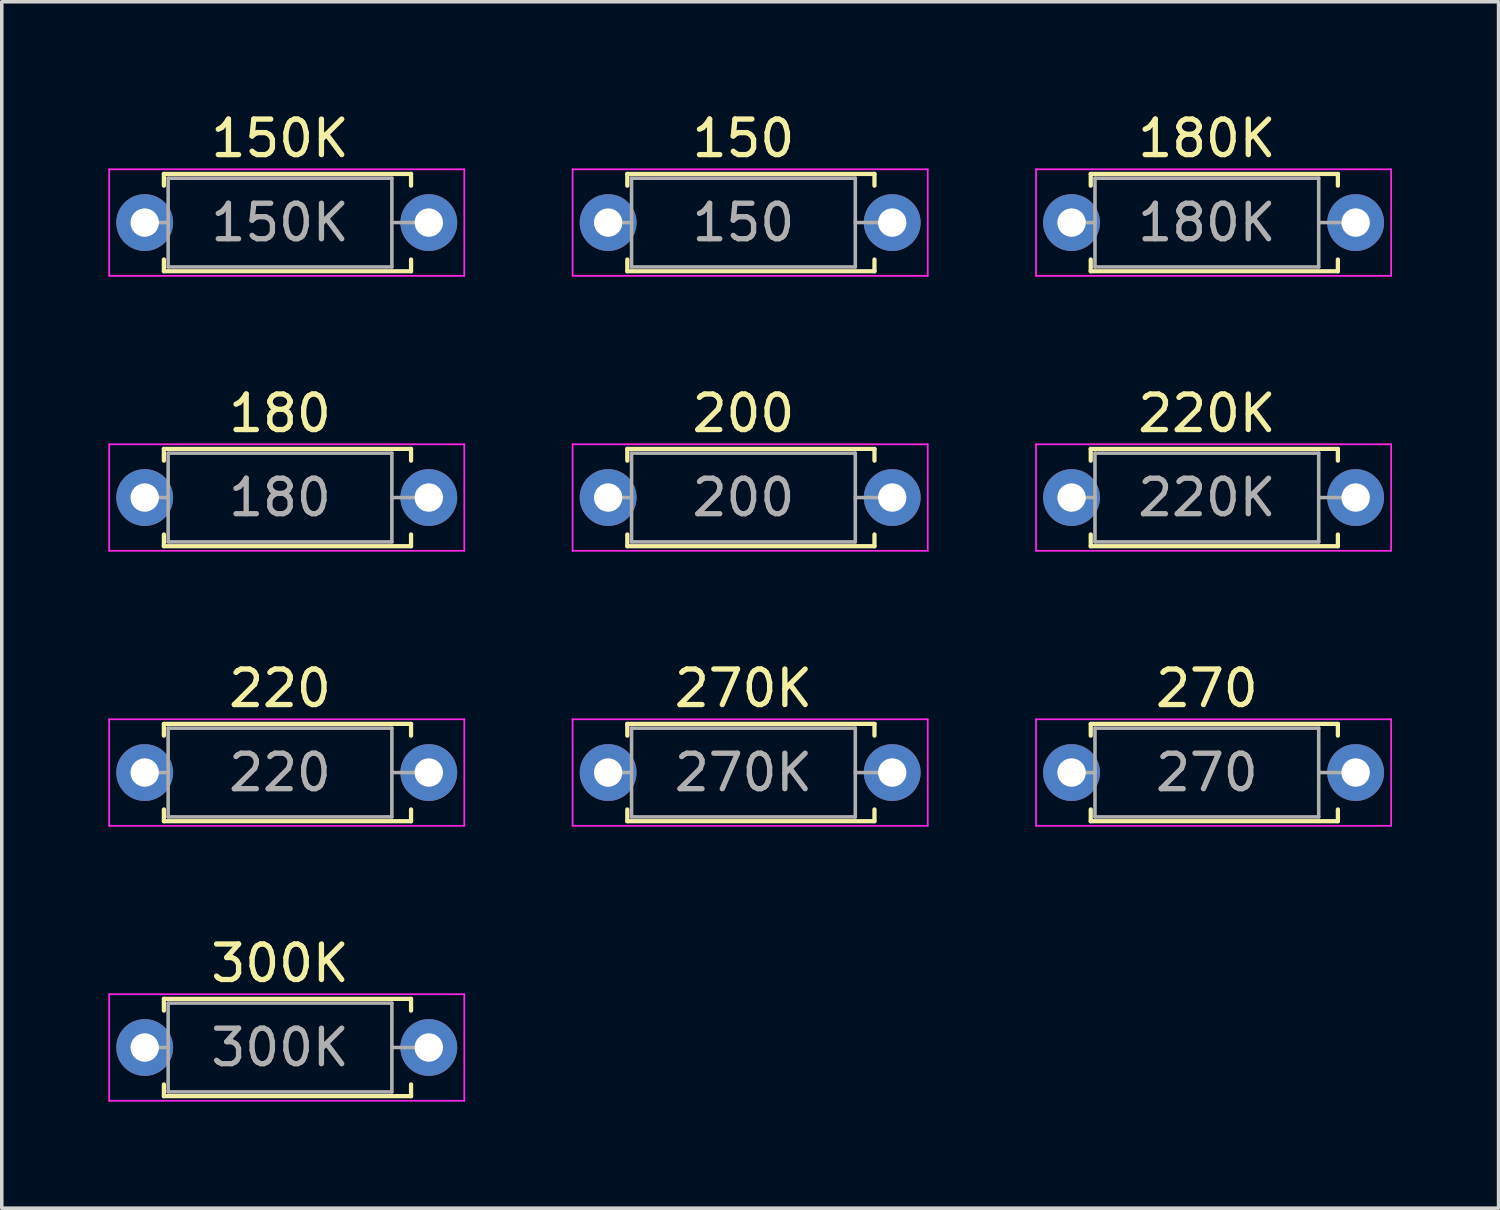
<source format=kicad_pcb>
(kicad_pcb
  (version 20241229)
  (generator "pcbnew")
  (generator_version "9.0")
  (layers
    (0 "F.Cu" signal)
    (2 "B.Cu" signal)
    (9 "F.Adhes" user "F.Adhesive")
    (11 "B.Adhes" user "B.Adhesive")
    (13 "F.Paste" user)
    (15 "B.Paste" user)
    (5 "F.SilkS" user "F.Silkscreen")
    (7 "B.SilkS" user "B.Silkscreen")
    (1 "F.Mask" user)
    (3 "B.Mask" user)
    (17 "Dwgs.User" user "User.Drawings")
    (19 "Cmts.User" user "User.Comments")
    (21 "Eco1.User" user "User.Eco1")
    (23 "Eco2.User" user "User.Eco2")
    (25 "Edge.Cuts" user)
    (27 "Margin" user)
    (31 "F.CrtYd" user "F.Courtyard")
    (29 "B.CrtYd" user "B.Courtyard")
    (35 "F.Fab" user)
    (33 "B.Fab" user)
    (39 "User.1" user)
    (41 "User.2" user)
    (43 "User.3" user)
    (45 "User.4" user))
  (footprint "270"
    (layer "F.Cu")
    (at 27.125 18.705)
    (property "Reference" "270" (at 3.81 -2.37 0) (layer "F.SilkS") (effects (font (size 1 1) (thickness 0.15))))
    (attr through_hole)
    (fp_line (start 0.54 -1.37) (end 7.5 -1.37) (stroke (width 0.12) (type solid)) (layer "F.SilkS"))
    (fp_line (start 0.54 -1.04) (end 0.54 -1.37) (stroke (width 0.12) (type solid)) (layer "F.SilkS"))
    (fp_line (start 0.54 1.04) (end 0.54 1.37) (stroke (width 0.12) (type solid)) (layer "F.SilkS"))
    (fp_line (start 0.54 1.37) (end 7.5 1.37) (stroke (width 0.12) (type solid)) (layer "F.SilkS"))
    (fp_line (start 7.5 -1.37) (end 7.5 -1.04) (stroke (width 0.12) (type solid)) (layer "F.SilkS"))
    (fp_line (start 7.5 1.37) (end 7.5 1.04) (stroke (width 0.12) (type solid)) (layer "F.SilkS"))
    (fp_line (start -1 -1.5) (end -1 1.5) (stroke (width 0.05) (type solid)) (layer "F.CrtYd"))
    (fp_line (start -1 1.5) (end 9 1.5) (stroke (width 0.05) (type solid)) (layer "F.CrtYd"))
    (fp_line (start 9 -1.5) (end -1 -1.5) (stroke (width 0.05) (type solid)) (layer "F.CrtYd"))
    (fp_line (start 9 1.5) (end 9 -1.5) (stroke (width 0.05) (type solid)) (layer "F.CrtYd"))
    (fp_line (start 0 0) (end 0.66 0) (stroke (width 0.1) (type solid)) (layer "F.Fab"))
    (fp_line (start 0.66 -1.25) (end 0.66 1.25) (stroke (width 0.1) (type solid)) (layer "F.Fab"))
    (fp_line (start 0.66 1.25) (end 6.96 1.25) (stroke (width 0.1) (type solid)) (layer "F.Fab"))
    (fp_line (start 6.96 -1.25) (end 0.66 -1.25) (stroke (width 0.1) (type solid)) (layer "F.Fab"))
    (fp_line (start 6.96 1.25) (end 6.96 -1.25) (stroke (width 0.1) (type solid)) (layer "F.Fab"))
    (fp_line (start 7.62 0) (end 6.96 0) (stroke (width 0.1) (type solid)) (layer "F.Fab"))
    (fp_text user "${REFERENCE}" (at 3.81 0 0) (layer "F.Fab") (effects (font (size 1 1) (thickness 0.15))))
    (pad "1" thru_hole circle (at 0 0) (size 1.6 1.6) (drill 0.8) (layers "*.Cu" "*.Mask"))
    (pad "2" thru_hole oval (at 8 0) (size 1.6 1.6) (drill 0.8) (layers "*.Cu" "*.Mask")))
  (footprint "220"
    (layer "F.Cu")
    (at 1.025 18.705)
    (property "Reference" "220" (at 3.81 -2.37 0) (layer "F.SilkS") (effects (font (size 1 1) (thickness 0.15))))
    (attr through_hole)
    (fp_line (start 0.54 -1.37) (end 7.5 -1.37) (stroke (width 0.12) (type solid)) (layer "F.SilkS"))
    (fp_line (start 0.54 -1.04) (end 0.54 -1.37) (stroke (width 0.12) (type solid)) (layer "F.SilkS"))
    (fp_line (start 0.54 1.04) (end 0.54 1.37) (stroke (width 0.12) (type solid)) (layer "F.SilkS"))
    (fp_line (start 0.54 1.37) (end 7.5 1.37) (stroke (width 0.12) (type solid)) (layer "F.SilkS"))
    (fp_line (start 7.5 -1.37) (end 7.5 -1.04) (stroke (width 0.12) (type solid)) (layer "F.SilkS"))
    (fp_line (start 7.5 1.37) (end 7.5 1.04) (stroke (width 0.12) (type solid)) (layer "F.SilkS"))
    (fp_line (start -1 -1.5) (end -1 1.5) (stroke (width 0.05) (type solid)) (layer "F.CrtYd"))
    (fp_line (start -1 1.5) (end 9 1.5) (stroke (width 0.05) (type solid)) (layer "F.CrtYd"))
    (fp_line (start 9 -1.5) (end -1 -1.5) (stroke (width 0.05) (type solid)) (layer "F.CrtYd"))
    (fp_line (start 9 1.5) (end 9 -1.5) (stroke (width 0.05) (type solid)) (layer "F.CrtYd"))
    (fp_line (start 0 0) (end 0.66 0) (stroke (width 0.1) (type solid)) (layer "F.Fab"))
    (fp_line (start 0.66 -1.25) (end 0.66 1.25) (stroke (width 0.1) (type solid)) (layer "F.Fab"))
    (fp_line (start 0.66 1.25) (end 6.96 1.25) (stroke (width 0.1) (type solid)) (layer "F.Fab"))
    (fp_line (start 6.96 -1.25) (end 0.66 -1.25) (stroke (width 0.1) (type solid)) (layer "F.Fab"))
    (fp_line (start 6.96 1.25) (end 6.96 -1.25) (stroke (width 0.1) (type solid)) (layer "F.Fab"))
    (fp_line (start 7.62 0) (end 6.96 0) (stroke (width 0.1) (type solid)) (layer "F.Fab"))
    (fp_text user "${REFERENCE}" (at 3.81 0 0) (layer "F.Fab") (effects (font (size 1 1) (thickness 0.15))))
    (pad "1" thru_hole circle (at 0 0) (size 1.6 1.6) (drill 0.8) (layers "*.Cu" "*.Mask"))
    (pad "2" thru_hole oval (at 8 0) (size 1.6 1.6) (drill 0.8) (layers "*.Cu" "*.Mask")))
  (footprint "180K"
    (layer "F.Cu")
    (at 27.125 3.218)
    (property "Reference" "180K" (at 3.81 -2.37 0) (layer "F.SilkS") (effects (font (size 1 1) (thickness 0.15))))
    (attr through_hole)
    (fp_line (start 0.54 -1.37) (end 7.5 -1.37) (stroke (width 0.12) (type solid)) (layer "F.SilkS"))
    (fp_line (start 0.54 -1.04) (end 0.54 -1.37) (stroke (width 0.12) (type solid)) (layer "F.SilkS"))
    (fp_line (start 0.54 1.04) (end 0.54 1.37) (stroke (width 0.12) (type solid)) (layer "F.SilkS"))
    (fp_line (start 0.54 1.37) (end 7.5 1.37) (stroke (width 0.12) (type solid)) (layer "F.SilkS"))
    (fp_line (start 7.5 -1.37) (end 7.5 -1.04) (stroke (width 0.12) (type solid)) (layer "F.SilkS"))
    (fp_line (start 7.5 1.37) (end 7.5 1.04) (stroke (width 0.12) (type solid)) (layer "F.SilkS"))
    (fp_line (start -1 -1.5) (end -1 1.5) (stroke (width 0.05) (type solid)) (layer "F.CrtYd"))
    (fp_line (start -1 1.5) (end 9 1.5) (stroke (width 0.05) (type solid)) (layer "F.CrtYd"))
    (fp_line (start 9 -1.5) (end -1 -1.5) (stroke (width 0.05) (type solid)) (layer "F.CrtYd"))
    (fp_line (start 9 1.5) (end 9 -1.5) (stroke (width 0.05) (type solid)) (layer "F.CrtYd"))
    (fp_line (start 0 0) (end 0.66 0) (stroke (width 0.1) (type solid)) (layer "F.Fab"))
    (fp_line (start 0.66 -1.25) (end 0.66 1.25) (stroke (width 0.1) (type solid)) (layer "F.Fab"))
    (fp_line (start 0.66 1.25) (end 6.96 1.25) (stroke (width 0.1) (type solid)) (layer "F.Fab"))
    (fp_line (start 6.96 -1.25) (end 0.66 -1.25) (stroke (width 0.1) (type solid)) (layer "F.Fab"))
    (fp_line (start 6.96 1.25) (end 6.96 -1.25) (stroke (width 0.1) (type solid)) (layer "F.Fab"))
    (fp_line (start 7.62 0) (end 6.96 0) (stroke (width 0.1) (type solid)) (layer "F.Fab"))
    (fp_text user "${REFERENCE}" (at 3.81 0 0) (layer "F.Fab") (effects (font (size 1 1) (thickness 0.15))))
    (pad "1" thru_hole circle (at 0 0) (size 1.6 1.6) (drill 0.8) (layers "*.Cu" "*.Mask"))
    (pad "2" thru_hole oval (at 8 0) (size 1.6 1.6) (drill 0.8) (layers "*.Cu" "*.Mask")))
  (footprint "150"
    (layer "F.Cu")
    (at 14.075 3.218)
    (property "Reference" "150" (at 3.81 -2.37 0) (layer "F.SilkS") (effects (font (size 1 1) (thickness 0.15))))
    (attr through_hole)
    (fp_line (start 0.54 -1.37) (end 7.5 -1.37) (stroke (width 0.12) (type solid)) (layer "F.SilkS"))
    (fp_line (start 0.54 -1.04) (end 0.54 -1.37) (stroke (width 0.12) (type solid)) (layer "F.SilkS"))
    (fp_line (start 0.54 1.04) (end 0.54 1.37) (stroke (width 0.12) (type solid)) (layer "F.SilkS"))
    (fp_line (start 0.54 1.37) (end 7.5 1.37) (stroke (width 0.12) (type solid)) (layer "F.SilkS"))
    (fp_line (start 7.5 -1.37) (end 7.5 -1.04) (stroke (width 0.12) (type solid)) (layer "F.SilkS"))
    (fp_line (start 7.5 1.37) (end 7.5 1.04) (stroke (width 0.12) (type solid)) (layer "F.SilkS"))
    (fp_line (start -1 -1.5) (end -1 1.5) (stroke (width 0.05) (type solid)) (layer "F.CrtYd"))
    (fp_line (start -1 1.5) (end 9 1.5) (stroke (width 0.05) (type solid)) (layer "F.CrtYd"))
    (fp_line (start 9 -1.5) (end -1 -1.5) (stroke (width 0.05) (type solid)) (layer "F.CrtYd"))
    (fp_line (start 9 1.5) (end 9 -1.5) (stroke (width 0.05) (type solid)) (layer "F.CrtYd"))
    (fp_line (start 0 0) (end 0.66 0) (stroke (width 0.1) (type solid)) (layer "F.Fab"))
    (fp_line (start 0.66 -1.25) (end 0.66 1.25) (stroke (width 0.1) (type solid)) (layer "F.Fab"))
    (fp_line (start 0.66 1.25) (end 6.96 1.25) (stroke (width 0.1) (type solid)) (layer "F.Fab"))
    (fp_line (start 6.96 -1.25) (end 0.66 -1.25) (stroke (width 0.1) (type solid)) (layer "F.Fab"))
    (fp_line (start 6.96 1.25) (end 6.96 -1.25) (stroke (width 0.1) (type solid)) (layer "F.Fab"))
    (fp_line (start 7.62 0) (end 6.96 0) (stroke (width 0.1) (type solid)) (layer "F.Fab"))
    (fp_text user "${REFERENCE}" (at 3.81 0 0) (layer "F.Fab") (effects (font (size 1 1) (thickness 0.15))))
    (pad "1" thru_hole circle (at 0 0) (size 1.6 1.6) (drill 0.8) (layers "*.Cu" "*.Mask"))
    (pad "2" thru_hole oval (at 8 0) (size 1.6 1.6) (drill 0.8) (layers "*.Cu" "*.Mask")))
  (footprint "180"
    (layer "F.Cu")
    (at 1.025 10.961)
    (property "Reference" "180" (at 3.81 -2.37 0) (layer "F.SilkS") (effects (font (size 1 1) (thickness 0.15))))
    (attr through_hole)
    (fp_line (start 0.54 -1.37) (end 7.5 -1.37) (stroke (width 0.12) (type solid)) (layer "F.SilkS"))
    (fp_line (start 0.54 -1.04) (end 0.54 -1.37) (stroke (width 0.12) (type solid)) (layer "F.SilkS"))
    (fp_line (start 0.54 1.04) (end 0.54 1.37) (stroke (width 0.12) (type solid)) (layer "F.SilkS"))
    (fp_line (start 0.54 1.37) (end 7.5 1.37) (stroke (width 0.12) (type solid)) (layer "F.SilkS"))
    (fp_line (start 7.5 -1.37) (end 7.5 -1.04) (stroke (width 0.12) (type solid)) (layer "F.SilkS"))
    (fp_line (start 7.5 1.37) (end 7.5 1.04) (stroke (width 0.12) (type solid)) (layer "F.SilkS"))
    (fp_line (start -1 -1.5) (end -1 1.5) (stroke (width 0.05) (type solid)) (layer "F.CrtYd"))
    (fp_line (start -1 1.5) (end 9 1.5) (stroke (width 0.05) (type solid)) (layer "F.CrtYd"))
    (fp_line (start 9 -1.5) (end -1 -1.5) (stroke (width 0.05) (type solid)) (layer "F.CrtYd"))
    (fp_line (start 9 1.5) (end 9 -1.5) (stroke (width 0.05) (type solid)) (layer "F.CrtYd"))
    (fp_line (start 0 0) (end 0.66 0) (stroke (width 0.1) (type solid)) (layer "F.Fab"))
    (fp_line (start 0.66 -1.25) (end 0.66 1.25) (stroke (width 0.1) (type solid)) (layer "F.Fab"))
    (fp_line (start 0.66 1.25) (end 6.96 1.25) (stroke (width 0.1) (type solid)) (layer "F.Fab"))
    (fp_line (start 6.96 -1.25) (end 0.66 -1.25) (stroke (width 0.1) (type solid)) (layer "F.Fab"))
    (fp_line (start 6.96 1.25) (end 6.96 -1.25) (stroke (width 0.1) (type solid)) (layer "F.Fab"))
    (fp_line (start 7.62 0) (end 6.96 0) (stroke (width 0.1) (type solid)) (layer "F.Fab"))
    (fp_text user "${REFERENCE}" (at 3.81 0 0) (layer "F.Fab") (effects (font (size 1 1) (thickness 0.15))))
    (pad "1" thru_hole circle (at 0 0) (size 1.6 1.6) (drill 0.8) (layers "*.Cu" "*.Mask"))
    (pad "2" thru_hole oval (at 8 0) (size 1.6 1.6) (drill 0.8) (layers "*.Cu" "*.Mask")))
  (footprint "150K"
    (layer "F.Cu")
    (at 1.025 3.218)
    (property "Reference" "150K" (at 3.81 -2.37 0) (layer "F.SilkS") (effects (font (size 1 1) (thickness 0.15))))
    (attr through_hole)
    (fp_line (start 0.54 -1.37) (end 7.5 -1.37) (stroke (width 0.12) (type solid)) (layer "F.SilkS"))
    (fp_line (start 0.54 -1.04) (end 0.54 -1.37) (stroke (width 0.12) (type solid)) (layer "F.SilkS"))
    (fp_line (start 0.54 1.04) (end 0.54 1.37) (stroke (width 0.12) (type solid)) (layer "F.SilkS"))
    (fp_line (start 0.54 1.37) (end 7.5 1.37) (stroke (width 0.12) (type solid)) (layer "F.SilkS"))
    (fp_line (start 7.5 -1.37) (end 7.5 -1.04) (stroke (width 0.12) (type solid)) (layer "F.SilkS"))
    (fp_line (start 7.5 1.37) (end 7.5 1.04) (stroke (width 0.12) (type solid)) (layer "F.SilkS"))
    (fp_line (start -1 -1.5) (end -1 1.5) (stroke (width 0.05) (type solid)) (layer "F.CrtYd"))
    (fp_line (start -1 1.5) (end 9 1.5) (stroke (width 0.05) (type solid)) (layer "F.CrtYd"))
    (fp_line (start 9 -1.5) (end -1 -1.5) (stroke (width 0.05) (type solid)) (layer "F.CrtYd"))
    (fp_line (start 9 1.5) (end 9 -1.5) (stroke (width 0.05) (type solid)) (layer "F.CrtYd"))
    (fp_line (start 0 0) (end 0.66 0) (stroke (width 0.1) (type solid)) (layer "F.Fab"))
    (fp_line (start 0.66 -1.25) (end 0.66 1.25) (stroke (width 0.1) (type solid)) (layer "F.Fab"))
    (fp_line (start 0.66 1.25) (end 6.96 1.25) (stroke (width 0.1) (type solid)) (layer "F.Fab"))
    (fp_line (start 6.96 -1.25) (end 0.66 -1.25) (stroke (width 0.1) (type solid)) (layer "F.Fab"))
    (fp_line (start 6.96 1.25) (end 6.96 -1.25) (stroke (width 0.1) (type solid)) (layer "F.Fab"))
    (fp_line (start 7.62 0) (end 6.96 0) (stroke (width 0.1) (type solid)) (layer "F.Fab"))
    (fp_text user "${REFERENCE}" (at 3.81 0 0) (layer "F.Fab") (effects (font (size 1 1) (thickness 0.15))))
    (pad "1" thru_hole circle (at 0 0) (size 1.6 1.6) (drill 0.8) (layers "*.Cu" "*.Mask"))
    (pad "2" thru_hole oval (at 8 0) (size 1.6 1.6) (drill 0.8) (layers "*.Cu" "*.Mask")))
  (footprint "200"
    (layer "F.Cu")
    (at 14.075 10.961)
    (property "Reference" "200" (at 3.81 -2.37 0) (layer "F.SilkS") (effects (font (size 1 1) (thickness 0.15))))
    (attr through_hole)
    (fp_line (start 0.54 -1.37) (end 7.5 -1.37) (stroke (width 0.12) (type solid)) (layer "F.SilkS"))
    (fp_line (start 0.54 -1.04) (end 0.54 -1.37) (stroke (width 0.12) (type solid)) (layer "F.SilkS"))
    (fp_line (start 0.54 1.04) (end 0.54 1.37) (stroke (width 0.12) (type solid)) (layer "F.SilkS"))
    (fp_line (start 0.54 1.37) (end 7.5 1.37) (stroke (width 0.12) (type solid)) (layer "F.SilkS"))
    (fp_line (start 7.5 -1.37) (end 7.5 -1.04) (stroke (width 0.12) (type solid)) (layer "F.SilkS"))
    (fp_line (start 7.5 1.37) (end 7.5 1.04) (stroke (width 0.12) (type solid)) (layer "F.SilkS"))
    (fp_line (start -1 -1.5) (end -1 1.5) (stroke (width 0.05) (type solid)) (layer "F.CrtYd"))
    (fp_line (start -1 1.5) (end 9 1.5) (stroke (width 0.05) (type solid)) (layer "F.CrtYd"))
    (fp_line (start 9 -1.5) (end -1 -1.5) (stroke (width 0.05) (type solid)) (layer "F.CrtYd"))
    (fp_line (start 9 1.5) (end 9 -1.5) (stroke (width 0.05) (type solid)) (layer "F.CrtYd"))
    (fp_line (start 0 0) (end 0.66 0) (stroke (width 0.1) (type solid)) (layer "F.Fab"))
    (fp_line (start 0.66 -1.25) (end 0.66 1.25) (stroke (width 0.1) (type solid)) (layer "F.Fab"))
    (fp_line (start 0.66 1.25) (end 6.96 1.25) (stroke (width 0.1) (type solid)) (layer "F.Fab"))
    (fp_line (start 6.96 -1.25) (end 0.66 -1.25) (stroke (width 0.1) (type solid)) (layer "F.Fab"))
    (fp_line (start 6.96 1.25) (end 6.96 -1.25) (stroke (width 0.1) (type solid)) (layer "F.Fab"))
    (fp_line (start 7.62 0) (end 6.96 0) (stroke (width 0.1) (type solid)) (layer "F.Fab"))
    (fp_text user "${REFERENCE}" (at 3.81 0 0) (layer "F.Fab") (effects (font (size 1 1) (thickness 0.15))))
    (pad "1" thru_hole circle (at 0 0) (size 1.6 1.6) (drill 0.8) (layers "*.Cu" "*.Mask"))
    (pad "2" thru_hole oval (at 8 0) (size 1.6 1.6) (drill 0.8) (layers "*.Cu" "*.Mask")))
  (footprint "220K"
    (layer "F.Cu")
    (at 27.125 10.961)
    (property "Reference" "220K" (at 3.81 -2.37 0) (layer "F.SilkS") (effects (font (size 1 1) (thickness 0.15))))
    (attr through_hole)
    (fp_line (start 0.54 -1.37) (end 7.5 -1.37) (stroke (width 0.12) (type solid)) (layer "F.SilkS"))
    (fp_line (start 0.54 -1.04) (end 0.54 -1.37) (stroke (width 0.12) (type solid)) (layer "F.SilkS"))
    (fp_line (start 0.54 1.04) (end 0.54 1.37) (stroke (width 0.12) (type solid)) (layer "F.SilkS"))
    (fp_line (start 0.54 1.37) (end 7.5 1.37) (stroke (width 0.12) (type solid)) (layer "F.SilkS"))
    (fp_line (start 7.5 -1.37) (end 7.5 -1.04) (stroke (width 0.12) (type solid)) (layer "F.SilkS"))
    (fp_line (start 7.5 1.37) (end 7.5 1.04) (stroke (width 0.12) (type solid)) (layer "F.SilkS"))
    (fp_line (start -1 -1.5) (end -1 1.5) (stroke (width 0.05) (type solid)) (layer "F.CrtYd"))
    (fp_line (start -1 1.5) (end 9 1.5) (stroke (width 0.05) (type solid)) (layer "F.CrtYd"))
    (fp_line (start 9 -1.5) (end -1 -1.5) (stroke (width 0.05) (type solid)) (layer "F.CrtYd"))
    (fp_line (start 9 1.5) (end 9 -1.5) (stroke (width 0.05) (type solid)) (layer "F.CrtYd"))
    (fp_line (start 0 0) (end 0.66 0) (stroke (width 0.1) (type solid)) (layer "F.Fab"))
    (fp_line (start 0.66 -1.25) (end 0.66 1.25) (stroke (width 0.1) (type solid)) (layer "F.Fab"))
    (fp_line (start 0.66 1.25) (end 6.96 1.25) (stroke (width 0.1) (type solid)) (layer "F.Fab"))
    (fp_line (start 6.96 -1.25) (end 0.66 -1.25) (stroke (width 0.1) (type solid)) (layer "F.Fab"))
    (fp_line (start 6.96 1.25) (end 6.96 -1.25) (stroke (width 0.1) (type solid)) (layer "F.Fab"))
    (fp_line (start 7.62 0) (end 6.96 0) (stroke (width 0.1) (type solid)) (layer "F.Fab"))
    (fp_text user "${REFERENCE}" (at 3.81 0 0) (layer "F.Fab") (effects (font (size 1 1) (thickness 0.15))))
    (pad "1" thru_hole circle (at 0 0) (size 1.6 1.6) (drill 0.8) (layers "*.Cu" "*.Mask"))
    (pad "2" thru_hole oval (at 8 0) (size 1.6 1.6) (drill 0.8) (layers "*.Cu" "*.Mask")))
  (footprint "300K"
    (layer "F.Cu")
    (at 1.025 26.448)
    (property "Reference" "300K" (at 3.81 -2.37 0) (layer "F.SilkS") (effects (font (size 1 1) (thickness 0.15))))
    (attr through_hole)
    (fp_line (start 0.54 -1.37) (end 7.5 -1.37) (stroke (width 0.12) (type solid)) (layer "F.SilkS"))
    (fp_line (start 0.54 -1.04) (end 0.54 -1.37) (stroke (width 0.12) (type solid)) (layer "F.SilkS"))
    (fp_line (start 0.54 1.04) (end 0.54 1.37) (stroke (width 0.12) (type solid)) (layer "F.SilkS"))
    (fp_line (start 0.54 1.37) (end 7.5 1.37) (stroke (width 0.12) (type solid)) (layer "F.SilkS"))
    (fp_line (start 7.5 -1.37) (end 7.5 -1.04) (stroke (width 0.12) (type solid)) (layer "F.SilkS"))
    (fp_line (start 7.5 1.37) (end 7.5 1.04) (stroke (width 0.12) (type solid)) (layer "F.SilkS"))
    (fp_line (start -1 -1.5) (end -1 1.5) (stroke (width 0.05) (type solid)) (layer "F.CrtYd"))
    (fp_line (start -1 1.5) (end 9 1.5) (stroke (width 0.05) (type solid)) (layer "F.CrtYd"))
    (fp_line (start 9 -1.5) (end -1 -1.5) (stroke (width 0.05) (type solid)) (layer "F.CrtYd"))
    (fp_line (start 9 1.5) (end 9 -1.5) (stroke (width 0.05) (type solid)) (layer "F.CrtYd"))
    (fp_line (start 0 0) (end 0.66 0) (stroke (width 0.1) (type solid)) (layer "F.Fab"))
    (fp_line (start 0.66 -1.25) (end 0.66 1.25) (stroke (width 0.1) (type solid)) (layer "F.Fab"))
    (fp_line (start 0.66 1.25) (end 6.96 1.25) (stroke (width 0.1) (type solid)) (layer "F.Fab"))
    (fp_line (start 6.96 -1.25) (end 0.66 -1.25) (stroke (width 0.1) (type solid)) (layer "F.Fab"))
    (fp_line (start 6.96 1.25) (end 6.96 -1.25) (stroke (width 0.1) (type solid)) (layer "F.Fab"))
    (fp_line (start 7.62 0) (end 6.96 0) (stroke (width 0.1) (type solid)) (layer "F.Fab"))
    (fp_text user "${REFERENCE}" (at 3.81 0 0) (layer "F.Fab") (effects (font (size 1 1) (thickness 0.15))))
    (pad "1" thru_hole circle (at 0 0) (size 1.6 1.6) (drill 0.8) (layers "*.Cu" "*.Mask"))
    (pad "2" thru_hole oval (at 8 0) (size 1.6 1.6) (drill 0.8) (layers "*.Cu" "*.Mask")))
  (footprint "270K"
    (layer "F.Cu")
    (at 14.075 18.705)
    (property "Reference" "270K" (at 3.81 -2.37 0) (layer "F.SilkS") (effects (font (size 1 1) (thickness 0.15))))
    (attr through_hole)
    (fp_line (start 0.54 -1.37) (end 7.5 -1.37) (stroke (width 0.12) (type solid)) (layer "F.SilkS"))
    (fp_line (start 0.54 -1.04) (end 0.54 -1.37) (stroke (width 0.12) (type solid)) (layer "F.SilkS"))
    (fp_line (start 0.54 1.04) (end 0.54 1.37) (stroke (width 0.12) (type solid)) (layer "F.SilkS"))
    (fp_line (start 0.54 1.37) (end 7.5 1.37) (stroke (width 0.12) (type solid)) (layer "F.SilkS"))
    (fp_line (start 7.5 -1.37) (end 7.5 -1.04) (stroke (width 0.12) (type solid)) (layer "F.SilkS"))
    (fp_line (start 7.5 1.37) (end 7.5 1.04) (stroke (width 0.12) (type solid)) (layer "F.SilkS"))
    (fp_line (start -1 -1.5) (end -1 1.5) (stroke (width 0.05) (type solid)) (layer "F.CrtYd"))
    (fp_line (start -1 1.5) (end 9 1.5) (stroke (width 0.05) (type solid)) (layer "F.CrtYd"))
    (fp_line (start 9 -1.5) (end -1 -1.5) (stroke (width 0.05) (type solid)) (layer "F.CrtYd"))
    (fp_line (start 9 1.5) (end 9 -1.5) (stroke (width 0.05) (type solid)) (layer "F.CrtYd"))
    (fp_line (start 0 0) (end 0.66 0) (stroke (width 0.1) (type solid)) (layer "F.Fab"))
    (fp_line (start 0.66 -1.25) (end 0.66 1.25) (stroke (width 0.1) (type solid)) (layer "F.Fab"))
    (fp_line (start 0.66 1.25) (end 6.96 1.25) (stroke (width 0.1) (type solid)) (layer "F.Fab"))
    (fp_line (start 6.96 -1.25) (end 0.66 -1.25) (stroke (width 0.1) (type solid)) (layer "F.Fab"))
    (fp_line (start 6.96 1.25) (end 6.96 -1.25) (stroke (width 0.1) (type solid)) (layer "F.Fab"))
    (fp_line (start 7.62 0) (end 6.96 0) (stroke (width 0.1) (type solid)) (layer "F.Fab"))
    (fp_text user "${REFERENCE}" (at 3.81 0 0) (layer "F.Fab") (effects (font (size 1 1) (thickness 0.15))))
    (pad "1" thru_hole circle (at 0 0) (size 1.6 1.6) (drill 0.8) (layers "*.Cu" "*.Mask"))
    (pad "2" thru_hole oval (at 8 0) (size 1.6 1.6) (drill 0.8) (layers "*.Cu" "*.Mask")))
  (gr_rect
    (start -3 -3)
    (end 39.15 30.973)
    (stroke (width 0.1) (type default))
    (fill no)
    (layer "Edge.Cuts")))
</source>
